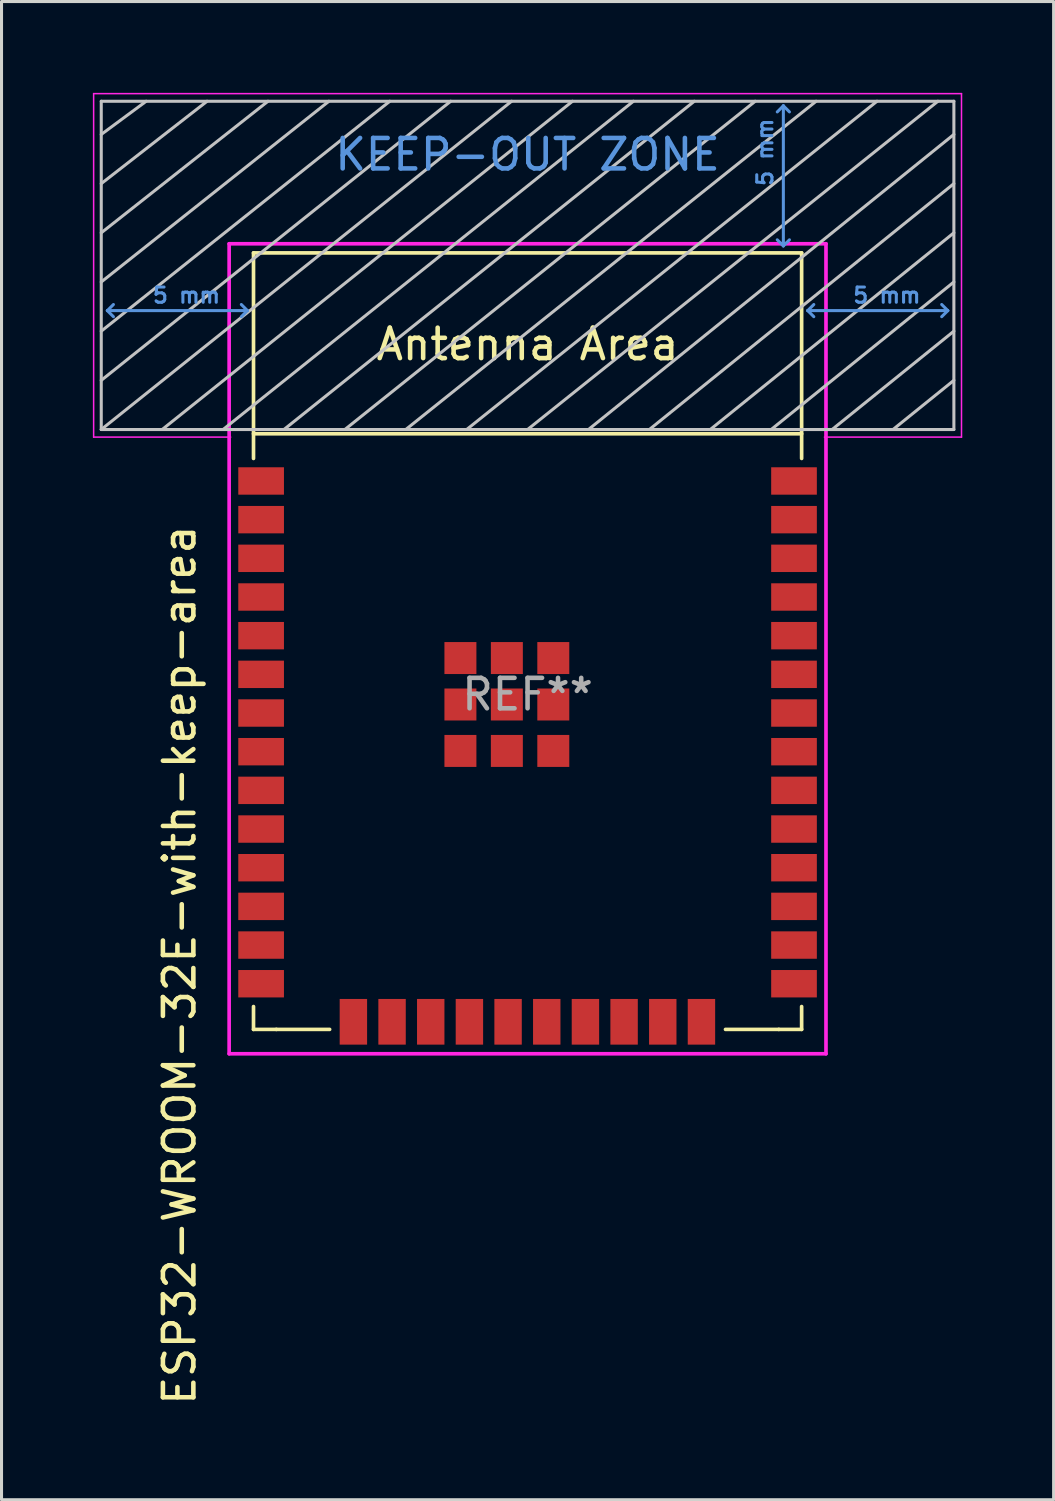
<source format=kicad_pcb>
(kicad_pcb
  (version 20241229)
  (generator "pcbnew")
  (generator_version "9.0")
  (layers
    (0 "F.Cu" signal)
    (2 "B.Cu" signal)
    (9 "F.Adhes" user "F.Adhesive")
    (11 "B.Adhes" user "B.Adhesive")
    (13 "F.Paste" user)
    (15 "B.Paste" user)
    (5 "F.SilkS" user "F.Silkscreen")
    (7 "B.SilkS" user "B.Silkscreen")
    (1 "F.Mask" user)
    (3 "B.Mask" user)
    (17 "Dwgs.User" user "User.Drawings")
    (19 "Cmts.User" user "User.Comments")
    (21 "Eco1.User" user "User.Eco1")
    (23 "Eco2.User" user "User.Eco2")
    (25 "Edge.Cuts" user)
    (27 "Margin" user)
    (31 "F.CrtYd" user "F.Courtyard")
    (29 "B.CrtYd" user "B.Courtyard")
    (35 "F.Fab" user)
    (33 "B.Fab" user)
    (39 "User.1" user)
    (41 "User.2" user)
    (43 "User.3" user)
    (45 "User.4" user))
  (footprint "ESP32-WROOM-32E-with-keep-area"
    (layer "F.Cu")
    (at 14.275 19.755)
    (property "Reference" "ESP32-WROOM-32E-with-keep-area" (at -11.43 8.89 90) (layer "F.SilkS") (effects (font (size 1 1) (thickness 0.15))))
    (attr smd)
    (fp_line (start -9 -14.5) (end -9 -7.75) (stroke (width 0.12) (type solid)) (layer "F.SilkS"))
    (fp_line (start -9 -14.5) (end 9 -14.5) (stroke (width 0.12) (type solid)) (layer "F.SilkS"))
    (fp_line (start -9 10.25) (end -9 11) (stroke (width 0.12) (type solid)) (layer "F.SilkS"))
    (fp_line (start -9 11) (end -8.25 11) (stroke (width 0.12) (type solid)) (layer "F.SilkS"))
    (fp_line (start -8.25 11) (end -6.5 11) (stroke (width 0.12) (type solid)) (layer "F.SilkS"))
    (fp_line (start 8.25 11) (end 6.5 11) (stroke (width 0.12) (type solid)) (layer "F.SilkS"))
    (fp_line (start 9 -14.5) (end 9 -7.75) (stroke (width 0.12) (type solid)) (layer "F.SilkS"))
    (fp_line (start 9 -8.56) (end -9 -8.56) (stroke (width 0.12) (type solid)) (layer "F.SilkS"))
    (fp_line (start 9 10.25) (end 9 11) (stroke (width 0.12) (type solid)) (layer "F.SilkS"))
    (fp_line (start 9 11) (end 8.25 11) (stroke (width 0.12) (type solid)) (layer "F.SilkS"))
    (fp_line (start -14 -8.7) (end -14 -19.48) (stroke (width 0.1) (type solid)) (layer "Dwgs.User"))
    (fp_line (start -12.525 -19.48) (end -14 -18.39) (stroke (width 0.1) (type solid)) (layer "Dwgs.User"))
    (fp_line (start -10.525 -19.48) (end -14 -16.775) (stroke (width 0.1) (type solid)) (layer "Dwgs.User"))
    (fp_line (start -8.525 -19.48) (end -14 -15.16) (stroke (width 0.1) (type solid)) (layer "Dwgs.User"))
    (fp_line (start -8 -8.7) (end 5.475 -19.48) (stroke (width 0.1) (type solid)) (layer "Dwgs.User"))
    (fp_line (start -6.525 -19.48) (end -14 -13.545) (stroke (width 0.1) (type solid)) (layer "Dwgs.User"))
    (fp_line (start -4.525 -19.48) (end -14 -11.93) (stroke (width 0.1) (type solid)) (layer "Dwgs.User"))
    (fp_line (start -2.525 -19.48) (end -14 -10.315) (stroke (width 0.1) (type solid)) (layer "Dwgs.User"))
    (fp_line (start -0.525 -19.48) (end -14 -8.7) (stroke (width 0.1) (type solid)) (layer "Dwgs.User"))
    (fp_line (start 1.475 -19.48) (end -12 -8.7) (stroke (width 0.1) (type solid)) (layer "Dwgs.User"))
    (fp_line (start 3.475 -19.48) (end -10 -8.7) (stroke (width 0.1) (type solid)) (layer "Dwgs.User"))
    (fp_line (start 7.475 -19.48) (end -6 -8.7) (stroke (width 0.1) (type solid)) (layer "Dwgs.User"))
    (fp_line (start 9.475 -19.48) (end -4 -8.7) (stroke (width 0.1) (type solid)) (layer "Dwgs.User"))
    (fp_line (start 11.475 -19.48) (end -2 -8.7) (stroke (width 0.1) (type solid)) (layer "Dwgs.User"))
    (fp_line (start 13.475 -19.48) (end 0 -8.7) (stroke (width 0.1) (type solid)) (layer "Dwgs.User"))
    (fp_line (start 14 -19.48) (end -14 -19.48) (stroke (width 0.1) (type solid)) (layer "Dwgs.User"))
    (fp_line (start 14 -18.39) (end 2 -8.7) (stroke (width 0.1) (type solid)) (layer "Dwgs.User"))
    (fp_line (start 14 -16.775) (end 4 -8.7) (stroke (width 0.1) (type solid)) (layer "Dwgs.User"))
    (fp_line (start 14 -15.16) (end 6 -8.7) (stroke (width 0.1) (type solid)) (layer "Dwgs.User"))
    (fp_line (start 14 -13.545) (end 8 -8.7) (stroke (width 0.1) (type solid)) (layer "Dwgs.User"))
    (fp_line (start 14 -11.93) (end 10 -8.7) (stroke (width 0.1) (type solid)) (layer "Dwgs.User"))
    (fp_line (start 14 -10.315) (end 12 -8.7) (stroke (width 0.1) (type solid)) (layer "Dwgs.User"))
    (fp_line (start 14 -8.7) (end -14 -8.7) (stroke (width 0.1) (type solid)) (layer "Dwgs.User"))
    (fp_line (start 14 -8.7) (end 14 -19.48) (stroke (width 0.1) (type solid)) (layer "Dwgs.User"))
    (fp_line (start -13.8 -12.605) (end -13.6 -12.805) (stroke (width 0.1) (type solid)) (layer "Cmts.User"))
    (fp_line (start -13.8 -12.605) (end -13.6 -12.405) (stroke (width 0.1) (type solid)) (layer "Cmts.User"))
    (fp_line (start -13.8 -12.605) (end -9.2 -12.605) (stroke (width 0.1) (type solid)) (layer "Cmts.User"))
    (fp_line (start -9.2 -12.605) (end -9.4 -12.805) (stroke (width 0.1) (type solid)) (layer "Cmts.User"))
    (fp_line (start -9.2 -12.605) (end -9.4 -12.405) (stroke (width 0.1) (type solid)) (layer "Cmts.User"))
    (fp_line (start 8.4 -19.33) (end 8.2 -19.13) (stroke (width 0.1) (type solid)) (layer "Cmts.User"))
    (fp_line (start 8.4 -19.33) (end 8.6 -19.13) (stroke (width 0.1) (type solid)) (layer "Cmts.User"))
    (fp_line (start 8.4 -14.73) (end 8.2 -14.93) (stroke (width 0.1) (type solid)) (layer "Cmts.User"))
    (fp_line (start 8.4 -14.73) (end 8.4 -19.33) (stroke (width 0.1) (type solid)) (layer "Cmts.User"))
    (fp_line (start 8.4 -14.73) (end 8.6 -14.93) (stroke (width 0.1) (type solid)) (layer "Cmts.User"))
    (fp_line (start 9.2 -12.605) (end 9.4 -12.805) (stroke (width 0.1) (type solid)) (layer "Cmts.User"))
    (fp_line (start 9.2 -12.605) (end 9.4 -12.405) (stroke (width 0.1) (type solid)) (layer "Cmts.User"))
    (fp_line (start 9.2 -12.605) (end 13.8 -12.605) (stroke (width 0.1) (type solid)) (layer "Cmts.User"))
    (fp_line (start 13.8 -12.605) (end 13.6 -12.805) (stroke (width 0.1) (type solid)) (layer "Cmts.User"))
    (fp_line (start 13.8 -12.605) (end 13.6 -12.405) (stroke (width 0.1) (type solid)) (layer "Cmts.User"))
    (fp_line (start -9 -14.5) (end 9 -14.5) (stroke (width 0.12) (type solid)) (layer "Eco2.User"))
    (fp_line (start -9 -8.56) (end 9 -8.56) (stroke (width 0.12) (type solid)) (layer "Eco2.User"))
    (fp_line (start -9 11) (end -9 -14.5) (stroke (width 0.12) (type solid)) (layer "Eco2.User"))
    (fp_line (start 9 -14.5) (end 9 11) (stroke (width 0.12) (type solid)) (layer "Eco2.User"))
    (fp_line (start 9 11) (end -9 11) (stroke (width 0.12) (type solid)) (layer "Eco2.User"))
    (fp_line (start -14.25 -19.73) (end -14.25 -8.45) (stroke (width 0.05) (type solid)) (layer "F.CrtYd"))
    (fp_line (start -14.25 -19.73) (end 14.25 -19.73) (stroke (width 0.05) (type solid)) (layer "F.CrtYd"))
    (fp_line (start -14.25 -8.45) (end -9.75 -8.45) (stroke (width 0.05) (type solid)) (layer "F.CrtYd"))
    (fp_line (start -9.8 -14.8) (end -9.8 11.8) (stroke (width 0.12) (type solid)) (layer "F.CrtYd"))
    (fp_line (start -9.8 11.8) (end 9.8 11.8) (stroke (width 0.12) (type solid)) (layer "F.CrtYd"))
    (fp_line (start 9.75 -8.45) (end 14.25 -8.45) (stroke (width 0.05) (type solid)) (layer "F.CrtYd"))
    (fp_line (start 9.8 -14.8) (end -9.8 -14.8) (stroke (width 0.12) (type solid)) (layer "F.CrtYd"))
    (fp_line (start 9.8 -14.8) (end 9.8 11.8) (stroke (width 0.12) (type solid)) (layer "F.CrtYd"))
    (fp_line (start 14.25 -19.73) (end 14.25 -8.45) (stroke (width 0.05) (type solid)) (layer "F.CrtYd"))
    (fp_text user "Antenna Area" (at 0 -11.5 0) (layer "F.SilkS") (effects (font (size 1 1) (thickness 0.15))))
    (fp_text user "5 mm" (at -11.2 -13.105 0) (layer "Cmts.User") (effects (font (size 0.5 0.5) (thickness 0.1))))
    (fp_text user "5 mm" (at 11.8 -13.105 0) (layer "Cmts.User") (effects (font (size 0.5 0.5) (thickness 0.1))))
    (fp_text user "5 mm" (at 7.8 -17.805 90) (layer "Cmts.User") (effects (font (size 0.5 0.5) (thickness 0.1))))
    (fp_text user "KEEP-OUT ZONE" (at 0 -17.73 0) (layer "Cmts.User") (effects (font (size 1 1) (thickness 0.15))))
    (fp_text user "Antenna Area" (at 0 -11.5 0) (layer "Eco2.User") (effects (font (size 1 1) (thickness 0.15))))
    (fp_text user "REF**" (at 0 0 0) (layer "F.Fab") (effects (font (size 1 1) (thickness 0.15))))
    (pad "1" smd rect (at -8.75 -7.01) (size 1.5 0.9) (layers "F.Cu" "F.Mask" "F.Paste"))
    (pad "2" smd rect (at -8.75 -5.74) (size 1.5 0.9) (layers "F.Cu" "F.Mask" "F.Paste"))
    (pad "3" smd rect (at -8.75 -4.47) (size 1.5 0.9) (layers "F.Cu" "F.Mask" "F.Paste"))
    (pad "4" smd rect (at -8.75 -3.2) (size 1.5 0.9) (layers "F.Cu" "F.Mask" "F.Paste"))
    (pad "5" smd rect (at -8.75 -1.93) (size 1.5 0.9) (layers "F.Cu" "F.Mask" "F.Paste"))
    (pad "6" smd rect (at -8.75 -0.66) (size 1.5 0.9) (layers "F.Cu" "F.Mask" "F.Paste"))
    (pad "7" smd rect (at -8.75 0.61) (size 1.5 0.9) (layers "F.Cu" "F.Mask" "F.Paste"))
    (pad "8" smd rect (at -8.75 1.88) (size 1.5 0.9) (layers "F.Cu" "F.Mask" "F.Paste"))
    (pad "9" smd rect (at -8.75 3.15) (size 1.5 0.9) (layers "F.Cu" "F.Mask" "F.Paste"))
    (pad "10" smd rect (at -8.75 4.42) (size 1.5 0.9) (layers "F.Cu" "F.Mask" "F.Paste"))
    (pad "11" smd rect (at -8.75 5.69) (size 1.5 0.9) (layers "F.Cu" "F.Mask" "F.Paste"))
    (pad "12" smd rect (at -8.75 6.96) (size 1.5 0.9) (layers "F.Cu" "F.Mask" "F.Paste"))
    (pad "13" smd rect (at -8.75 8.23) (size 1.5 0.9) (layers "F.Cu" "F.Mask" "F.Paste"))
    (pad "14" smd rect (at -8.75 9.5) (size 1.5 0.9) (layers "F.Cu" "F.Mask" "F.Paste"))
    (pad "15" smd rect (at -5.72 10.75 90) (size 1.5 0.9) (layers "F.Cu" "F.Mask" "F.Paste"))
    (pad "16" smd rect (at -4.45 10.75 90) (size 1.5 0.9) (layers "F.Cu" "F.Mask" "F.Paste"))
    (pad "17" smd rect (at -3.18 10.75 90) (size 1.5 0.9) (layers "F.Cu" "F.Mask" "F.Paste"))
    (pad "18" smd rect (at -1.91 10.75 90) (size 1.5 0.9) (layers "F.Cu" "F.Mask" "F.Paste"))
    (pad "19" smd rect (at -0.64 10.75 90) (size 1.5 0.9) (layers "F.Cu" "F.Mask" "F.Paste"))
    (pad "20" smd rect (at 0.63 10.75 90) (size 1.5 0.9) (layers "F.Cu" "F.Mask" "F.Paste"))
    (pad "21" smd rect (at 1.9 10.75 90) (size 1.5 0.9) (layers "F.Cu" "F.Mask" "F.Paste"))
    (pad "22" smd rect (at 3.17 10.75 90) (size 1.5 0.9) (layers "F.Cu" "F.Mask" "F.Paste"))
    (pad "23" smd rect (at 4.44 10.75 90) (size 1.5 0.9) (layers "F.Cu" "F.Mask" "F.Paste"))
    (pad "24" smd rect (at 5.71 10.75 90) (size 1.5 0.9) (layers "F.Cu" "F.Mask" "F.Paste"))
    (pad "25" smd rect (at 8.75 9.5 180) (size 1.5 0.9) (layers "F.Cu" "F.Mask" "F.Paste"))
    (pad "26" smd rect (at 8.75 8.23 180) (size 1.5 0.9) (layers "F.Cu" "F.Mask" "F.Paste"))
    (pad "27" smd rect (at 8.75 6.96 180) (size 1.5 0.9) (layers "F.Cu" "F.Mask" "F.Paste"))
    (pad "28" smd rect (at 8.75 5.69 180) (size 1.5 0.9) (layers "F.Cu" "F.Mask" "F.Paste"))
    (pad "29" smd rect (at 8.75 4.42 180) (size 1.5 0.9) (layers "F.Cu" "F.Mask" "F.Paste"))
    (pad "30" smd rect (at 8.75 3.15 180) (size 1.5 0.9) (layers "F.Cu" "F.Mask" "F.Paste"))
    (pad "31" smd rect (at 8.75 1.88 180) (size 1.5 0.9) (layers "F.Cu" "F.Mask" "F.Paste"))
    (pad "32" smd rect (at 8.75 0.61 180) (size 1.5 0.9) (layers "F.Cu" "F.Mask" "F.Paste"))
    (pad "33" smd rect (at 8.75 -0.66 180) (size 1.5 0.9) (layers "F.Cu" "F.Mask" "F.Paste"))
    (pad "34" smd rect (at 8.75 -1.93 180) (size 1.5 0.9) (layers "F.Cu" "F.Mask" "F.Paste"))
    (pad "35" smd rect (at 8.75 -3.2 180) (size 1.5 0.9) (layers "F.Cu" "F.Mask" "F.Paste"))
    (pad "36" smd rect (at 8.75 -4.47 180) (size 1.5 0.9) (layers "F.Cu" "F.Mask" "F.Paste"))
    (pad "37" smd rect (at 8.75 -5.74 180) (size 1.5 0.9) (layers "F.Cu" "F.Mask" "F.Paste"))
    (pad "38" smd rect (at 8.75 -7.01 180) (size 1.5 0.9) (layers "F.Cu" "F.Mask" "F.Paste"))
    (pad "39" smd rect (at -2.205 -1.195 180) (size 1.05 1.05) (layers "F.Cu" "F.Mask" "F.Paste"))
    (pad "39" smd rect (at -2.205 0.33 180) (size 1.05 1.05) (layers "F.Cu" "F.Mask" "F.Paste"))
    (pad "39" smd rect (at -2.205 1.855 180) (size 1.05 1.05) (layers "F.Cu" "F.Mask" "F.Paste"))
    (pad "39" smd rect (at -0.68 -1.195 180) (size 1.05 1.05) (layers "F.Cu" "F.Mask" "F.Paste"))
    (pad "39" smd rect (at -0.68 0.33 180) (size 1.05 1.05) (layers "F.Cu" "F.Mask" "F.Paste"))
    (pad "39" smd rect (at -0.68 1.855 180) (size 1.05 1.05) (layers "F.Cu" "F.Mask" "F.Paste"))
    (pad "39" smd rect (at 0.845 -1.195 180) (size 1.05 1.05) (layers "F.Cu" "F.Mask" "F.Paste"))
    (pad "39" smd rect (at 0.845 0.33 180) (size 1.05 1.05) (layers "F.Cu" "F.Mask" "F.Paste"))
    (pad "39" smd rect (at 0.845 1.855 180) (size 1.05 1.05) (layers "F.Cu" "F.Mask" "F.Paste")))
  (gr_rect
    (start -3 -3)
    (end 31.55 46.199)
    (stroke (width 0.1) (type default))
    (fill no)
    (layer "Edge.Cuts")))
</source>
